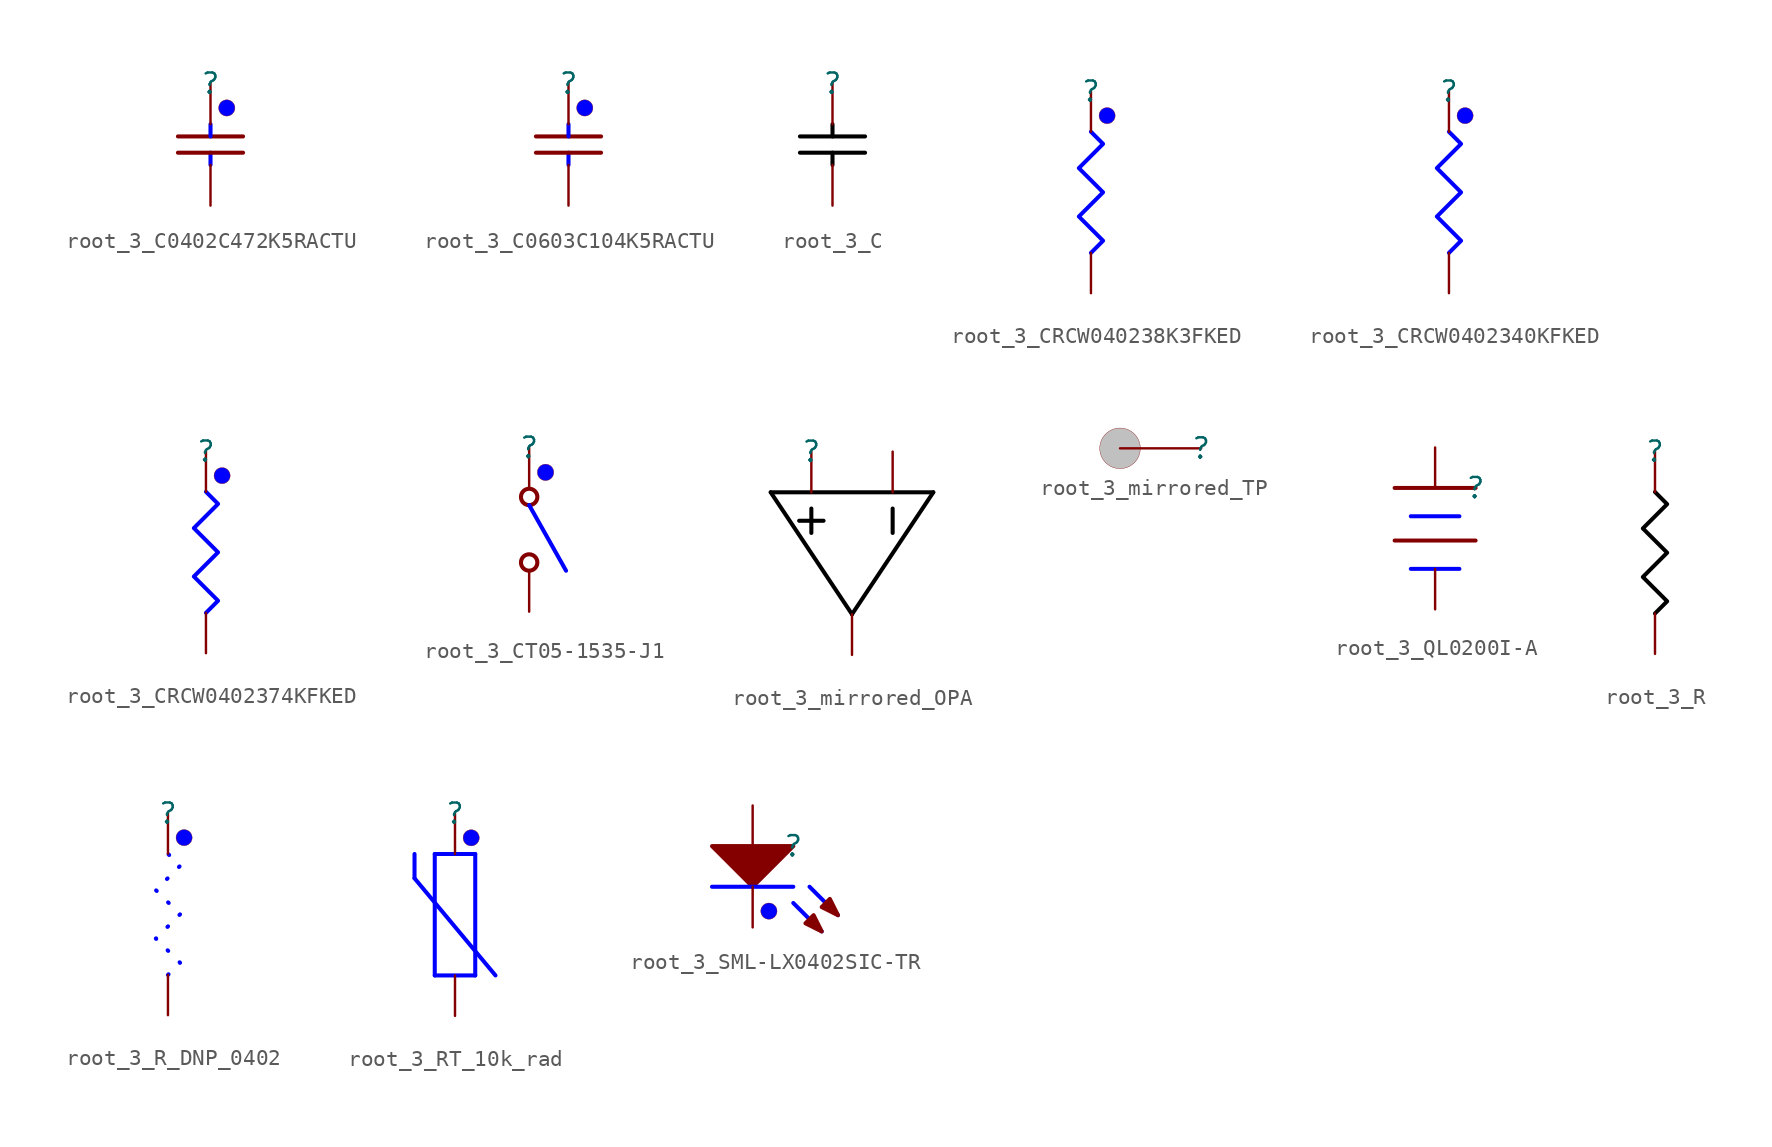
<source format=kicad_sym>
(kicad_symbol_lib
  (version 20231120)
  (generator "kicad_symbol_editor")
  (generator_version "8.0")
  (symbol "root_3_C0402C472K5RACTU"
    (property "Reference" ""
      (at 0 0 0)
      (effects (font (size 1.27 1.27))))
    (property "Value" ""
      (at 0 0 0)
      (effects (font (size 1.27 1.27))))
    (symbol "root_3_C0402C472K5RACTU_1_0"
      (polyline (pts (xy -2.032 -3.302) (xy 2.032 -3.302)) (stroke (width 0.254) (type solid)) (fill (type none)))
      (polyline (pts (xy 0 -5.08) (xy 0 -4.318)) (stroke (width 0.254) (type solid) (color 0 0 255 1)) (fill (type none)))
      (polyline (pts (xy 0 -2.54) (xy 0 -3.302)) (stroke (width 0.254) (type solid) (color 0 0 255 1)) (fill (type none)))
      (polyline (pts (xy 2.032 -4.318) (xy -2.032 -4.318)) (stroke (width 0.254) (type solid)) (fill (type none)))
      (circle (center 1.016 -1.524) (radius 0.508) (stroke (width 0.0001) (type solid)) (fill (type color) (color 0 0 255 1)))
      (pin passive line (at 0 0 270) (length 2.54) (name "1" (effects (font (size 0 0)))) (number "1" (effects (font (size 0 0)))))
      (pin passive line (at 0 -7.62 90) (length 2.54) (name "2" (effects (font (size 0 0)))) (number "2" (effects (font (size 0 0)))))))
  (symbol "root_3_C0603C104K5RACTU"
    (property "Reference" ""
      (at 0 0 0)
      (effects (font (size 1.27 1.27))))
    (property "Value" ""
      (at 0 0 0)
      (effects (font (size 1.27 1.27))))
    (symbol "root_3_C0603C104K5RACTU_1_0"
      (polyline (pts (xy -2.032 -3.302) (xy 2.032 -3.302)) (stroke (width 0.254) (type solid)) (fill (type none)))
      (polyline (pts (xy 0 -5.08) (xy 0 -4.318)) (stroke (width 0.254) (type solid) (color 0 0 255 1)) (fill (type none)))
      (polyline (pts (xy 0 -2.54) (xy 0 -3.302)) (stroke (width 0.254) (type solid) (color 0 0 255 1)) (fill (type none)))
      (polyline (pts (xy 2.032 -4.318) (xy -2.032 -4.318)) (stroke (width 0.254) (type solid)) (fill (type none)))
      (circle (center 1.016 -1.524) (radius 0.508) (stroke (width 0.0001) (type solid)) (fill (type color) (color 0 0 255 1)))
      (pin passive line (at 0 0 270) (length 2.54) (name "1" (effects (font (size 0 0)))) (number "1" (effects (font (size 0 0)))))
      (pin passive line (at 0 -7.62 90) (length 2.54) (name "2" (effects (font (size 0 0)))) (number "2" (effects (font (size 0 0)))))))
  (symbol "root_3_C"
    (property "Reference" ""
      (at 0 0 0)
      (effects (font (size 1.27 1.27))))
    (property "Value" ""
      (at 0 0 0)
      (effects (font (size 1.27 1.27))))
    (symbol "root_3_C_1_0"
      (polyline (pts (xy -2.032 -3.302) (xy 2.032 -3.302)) (stroke (width 0.254) (type solid) (color 0 0 0 1)) (fill (type none)))
      (polyline (pts (xy 0 -5.08) (xy 0 -4.318)) (stroke (width 0.254) (type solid) (color 0 0 0 1)) (fill (type none)))
      (polyline (pts (xy 0 -2.54) (xy 0 -3.302)) (stroke (width 0.254) (type solid) (color 0 0 0 1)) (fill (type none)))
      (polyline (pts (xy 2.032 -4.318) (xy -2.032 -4.318)) (stroke (width 0.254) (type solid) (color 0 0 0 1)) (fill (type none)))
      (pin passive line (at 0 0 270) (length 2.54) (name "1" (effects (font (size 0 0)))) (number "1" (effects (font (size 0 0)))))
      (pin passive line (at 0 -7.62 90) (length 2.54) (name "2" (effects (font (size 0 0)))) (number "2" (effects (font (size 0 0)))))))
  (symbol "root_3_CRCW040238K3FKED"
    (property "Reference" ""
      (at 0 0 0)
      (effects (font (size 1.27 1.27))))
    (property "Value" ""
      (at 0 0 0)
      (effects (font (size 1.27 1.27))))
    (symbol "root_3_CRCW040238K3FKED_1_0"
      (polyline (pts (xy 0 -10.16) (xy 0.762 -9.398) (xy -0.762 -7.874) (xy 0.762 -6.35) (xy -0.762 -4.826) (xy 0.762 -3.302) (xy 0 -2.54)) (stroke (width 0.254) (type solid) (color 0 0 255 1)) (fill (type none)))
      (circle (center 1.016 -1.524) (radius 0.508) (stroke (width 0.0001) (type solid)) (fill (type color) (color 0 0 255 1)))
      (pin passive line (at 0 0 270) (length 2.54) (name "1" (effects (font (size 0 0)))) (number "1" (effects (font (size 0 0)))))
      (pin passive line (at 0 -12.7 90) (length 2.54) (name "2" (effects (font (size 0 0)))) (number "2" (effects (font (size 0 0)))))))
  (symbol "root_3_CRCW0402340KFKED"
    (property "Reference" ""
      (at 0 0 0)
      (effects (font (size 1.27 1.27))))
    (property "Value" ""
      (at 0 0 0)
      (effects (font (size 1.27 1.27))))
    (symbol "root_3_CRCW0402340KFKED_1_0"
      (polyline (pts (xy 0 -10.16) (xy 0.762 -9.398) (xy -0.762 -7.874) (xy 0.762 -6.35) (xy -0.762 -4.826) (xy 0.762 -3.302) (xy 0 -2.54)) (stroke (width 0.254) (type solid) (color 0 0 255 1)) (fill (type none)))
      (circle (center 1.016 -1.524) (radius 0.508) (stroke (width 0.0001) (type solid)) (fill (type color) (color 0 0 255 1)))
      (pin passive line (at 0 0 270) (length 2.54) (name "1" (effects (font (size 0 0)))) (number "1" (effects (font (size 0 0)))))
      (pin passive line (at 0 -12.7 90) (length 2.54) (name "2" (effects (font (size 0 0)))) (number "2" (effects (font (size 0 0)))))))
  (symbol "root_3_CRCW0402374KFKED"
    (property "Reference" ""
      (at 0 0 0)
      (effects (font (size 1.27 1.27))))
    (property "Value" ""
      (at 0 0 0)
      (effects (font (size 1.27 1.27))))
    (symbol "root_3_CRCW0402374KFKED_1_0"
      (polyline (pts (xy 0 -10.16) (xy 0.762 -9.398) (xy -0.762 -7.874) (xy 0.762 -6.35) (xy -0.762 -4.826) (xy 0.762 -3.302) (xy 0 -2.54)) (stroke (width 0.254) (type solid) (color 0 0 255 1)) (fill (type none)))
      (circle (center 1.016 -1.524) (radius 0.508) (stroke (width 0.0001) (type solid)) (fill (type color) (color 0 0 255 1)))
      (pin passive line (at 0 0 270) (length 2.54) (name "1" (effects (font (size 0 0)))) (number "1" (effects (font (size 0 0)))))
      (pin passive line (at 0 -12.7 90) (length 2.54) (name "2" (effects (font (size 0 0)))) (number "2" (effects (font (size 0 0)))))))
  (symbol "root_3_CT05-1535-J1"
    (property "Reference" ""
      (at 0 0 0)
      (effects (font (size 1.27 1.27))))
    (property "Value" ""
      (at 0 0 0)
      (effects (font (size 1.27 1.27))))
    (symbol "root_3_CT05-1535-J1_1_0"
      (circle (center 0 -7.112) (radius 0.508) (stroke (width 0.254) (type solid)) (fill (type none)))
      (circle (center 0 -3.048) (radius 0.508) (stroke (width 0.254) (type solid)) (fill (type none)))
      (polyline (pts (xy 0 -3.556) (xy 2.286 -7.62)) (stroke (width 0.254) (type solid) (color 0 0 255 1)) (fill (type none)))
      (circle (center 1.016 -1.524) (radius 0.508) (stroke (width 0.0001) (type solid)) (fill (type color) (color 0 0 255 1)))
      (pin passive line (at 0 0 270) (length 2.54) (name "COMMON" (effects (font (size 0 0)))) (number "1" (effects (font (size 0 0)))))
      (pin passive line (at 0 -10.16 90) (length 2.54) (name "NO" (effects (font (size 0 0)))) (number "2" (effects (font (size 0 0)))))))
  (symbol "root_3_mirrored_OPA"
    (property "Reference" ""
      (at 0 0 0)
      (effects (font (size 1.27 1.27))))
    (property "Value" ""
      (at 0 0 0)
      (effects (font (size 1.27 1.27))))
    (symbol "root_3_mirrored_OPA_1_0"
      (polyline (pts (xy -2.54 -2.54) (xy 2.54 -10.16)) (stroke (width 0.254) (type solid) (color 0 0 0 1)) (fill (type none)))
      (polyline (pts (xy -2.54 -2.54) (xy 7.62 -2.54)) (stroke (width 0.254) (type solid) (color 0 0 0 1)) (fill (type none)))
      (polyline (pts (xy -0.762 -4.318) (xy 0.762 -4.318)) (stroke (width 0.254) (type solid) (color 0 0 0 1)) (fill (type none)))
      (polyline (pts (xy 0 -3.556) (xy 0 -5.08)) (stroke (width 0.254) (type solid) (color 0 0 0 1)) (fill (type none)))
      (polyline (pts (xy 5.08 -3.556) (xy 5.08 -5.08)) (stroke (width 0.254) (type solid) (color 0 0 0 1)) (fill (type none)))
      (polyline (pts (xy 7.62 -2.54) (xy 2.54 -10.16)) (stroke (width 0.254) (type solid) (color 0 0 0 1)) (fill (type none)))
      (pin passive line (at 0 0 270) (length 2.54) (name "+IN" (effects (font (size 0 0)))) (number "1" (effects (font (size 0 0)))))
      (pin passive line (at 5.08 0 270) (length 2.54) (name "-IN" (effects (font (size 0 0)))) (number "2" (effects (font (size 0 0)))))
      (pin passive line (at 2.54 -12.7 90) (length 2.54) (name "OUT" (effects (font (size 0 0)))) (number "3" (effects (font (size 0 0)))))))
  (symbol "root_3_mirrored_TP"
    (property "Reference" ""
      (at 0 0 0)
      (effects (font (size 1.27 1.27))))
    (property "Value" ""
      (at 0 0 0)
      (effects (font (size 1.27 1.27))))
    (symbol "root_3_mirrored_TP_1_0"
      (circle (center -5.08 0) (radius 1.27) (stroke (width 0.0001) (type solid)) (fill (type color) (color 192 192 192 1)))
      (pin passive line (at 0 0 180) (length 5.08) (name "TP" (effects (font (size 0 0)))) (number "1" (effects (font (size 0 0)))))))
  (symbol "root_3_QL0200I-A"
    (property "Reference" ""
      (at 0 0 0)
      (effects (font (size 1.27 1.27))))
    (property "Value" ""
      (at 0 0 0)
      (effects (font (size 1.27 1.27))))
    (symbol "root_3_QL0200I-A_1_0"
      (polyline (pts (xy -1.016 -5.08) (xy -4.064 -5.08)) (stroke (width 0.254) (type solid) (color 0 0 255 1)) (fill (type none)))
      (polyline (pts (xy -1.016 -1.778) (xy -4.064 -1.778)) (stroke (width 0.254) (type solid) (color 0 0 255 1)) (fill (type none)))
      (polyline (pts (xy 0 -3.302) (xy -5.08 -3.302)) (stroke (width 0.254) (type solid)) (fill (type none)))
      (polyline (pts (xy 0 0) (xy -5.08 0)) (stroke (width 0.254) (type solid)) (fill (type none)))
      (pin passive line (at -2.54 2.54 270) (length 2.54) (name "+" (effects (font (size 0 0)))) (number "1" (effects (font (size 0 0)))))
      (pin passive line (at -2.54 -7.62 90) (length 2.54) (name "-" (effects (font (size 0 0)))) (number "2" (effects (font (size 0 0)))))))
  (symbol "root_3_R"
    (property "Reference" ""
      (at 0 0 0)
      (effects (font (size 1.27 1.27))))
    (property "Value" ""
      (at 0 0 0)
      (effects (font (size 1.27 1.27))))
    (symbol "root_3_R_1_0"
      (polyline (pts (xy 0 -10.16) (xy 0.762 -9.398) (xy -0.762 -7.874) (xy 0.762 -6.35) (xy -0.762 -4.826) (xy 0.762 -3.302) (xy 0 -2.54)) (stroke (width 0.254) (type solid) (color 0 0 0 1)) (fill (type none)))
      (pin passive line (at 0 0 270) (length 2.54) (name "1" (effects (font (size 0 0)))) (number "1" (effects (font (size 0 0)))))
      (pin passive line (at 0 -12.7 90) (length 2.54) (name "2" (effects (font (size 0 0)))) (number "2" (effects (font (size 0 0)))))))
  (symbol "root_3_R_DNP_0402"
    (property "Reference" ""
      (at 0 0 0)
      (effects (font (size 1.27 1.27))))
    (property "Value" ""
      (at 0 0 0)
      (effects (font (size 1.27 1.27))))
    (symbol "root_3_R_DNP_0402_1_0"
      (polyline (pts (xy 0 -10.16) (xy 0.762 -9.398) (xy -0.762 -7.874) (xy 0.762 -6.35) (xy -0.762 -4.826) (xy 0.762 -3.302) (xy 0 -2.54)) (stroke (width 0.254) (type dot) (color 0 0 255 1)) (fill (type none)))
      (circle (center 1.016 -1.524) (radius 0.508) (stroke (width 0.0001) (type solid)) (fill (type color) (color 0 0 255 1)))
      (pin passive line (at 0 0 270) (length 2.54) (name "1" (effects (font (size 0 0)))) (number "1" (effects (font (size 0 0)))))
      (pin passive line (at 0 -12.7 90) (length 2.54) (name "2" (effects (font (size 0 0)))) (number "2" (effects (font (size 0 0)))))))
  (symbol "root_3_RT_10k_rad"
    (property "Reference" ""
      (at 0 0 0)
      (effects (font (size 1.27 1.27))))
    (property "Value" ""
      (at 0 0 0)
      (effects (font (size 1.27 1.27))))
    (symbol "root_3_RT_10k_rad_1_0"
      (polyline (pts (xy -2.54 -4.064) (xy 2.54 -10.16)) (stroke (width 0.254) (type solid) (color 0 0 255 1)) (fill (type none)))
      (polyline (pts (xy -2.54 -2.54) (xy -2.54 -4.064)) (stroke (width 0.254) (type solid) (color 0 0 255 1)) (fill (type none)))
      (polyline (pts (xy -1.27 -10.16) (xy 1.27 -10.16)) (stroke (width 0.254) (type solid) (color 0 0 255 1)) (fill (type none)))
      (polyline (pts (xy -1.27 -2.54) (xy -1.27 -10.16)) (stroke (width 0.254) (type solid) (color 0 0 255 1)) (fill (type none)))
      (polyline (pts (xy -1.27 -2.54) (xy 1.27 -2.54)) (stroke (width 0.254) (type solid) (color 0 0 255 1)) (fill (type none)))
      (polyline (pts (xy 1.27 -2.54) (xy 1.27 -10.16)) (stroke (width 0.254) (type solid) (color 0 0 255 1)) (fill (type none)))
      (circle (center 1.016 -1.524) (radius 0.508) (stroke (width 0.0001) (type solid)) (fill (type color) (color 0 0 255 1)))
      (pin passive line (at 0 0 270) (length 2.54) (name "1" (effects (font (size 0 0)))) (number "1" (effects (font (size 0 0)))))
      (pin passive line (at 0 -12.7 90) (length 2.54) (name "2" (effects (font (size 0 0)))) (number "2" (effects (font (size 0 0)))))))
  (symbol "root_3_SML-LX0402SIC-TR"
    (property "Reference" ""
      (at 0 0 0)
      (effects (font (size 1.27 1.27))))
    (property "Value" ""
      (at 0 0 0)
      (effects (font (size 1.27 1.27))))
    (symbol "root_3_SML-LX0402SIC-TR_1_0"
      (circle (center -1.524 -4.064) (radius 0.508) (stroke (width 0.0001) (type solid)) (fill (type color) (color 0 0 255 1)))
      (polyline (pts (xy 0 -3.556) (xy 1.778 -5.334)) (stroke (width 0.254) (type solid) (color 0 0 255 1)) (fill (type none)))
      (polyline (pts (xy 0 -2.54) (xy -5.08 -2.54)) (stroke (width 0.254) (type solid) (color 0 0 255 1)) (fill (type none)))
      (polyline (pts (xy 1.016 -2.54) (xy 2.794 -4.318)) (stroke (width 0.254) (type solid) (color 0 0 255 1)) (fill (type none)))
      (polyline (pts (xy -5.08 0) (xy -2.54 -2.54) (xy 0 0) (xy -5.08 0)) (stroke (width 0.254) (type solid)) (fill (type outline)))
      (polyline (pts (xy 1.778 -5.334) (xy 1.27 -4.318) (xy 0.762 -4.826) (xy 1.778 -5.334)) (stroke (width 0.254) (type solid)) (fill (type outline)))
      (polyline (pts (xy 2.794 -4.318) (xy 2.286 -3.302) (xy 1.778 -3.81) (xy 2.794 -4.318)) (stroke (width 0.254) (type solid)) (fill (type outline)))
      (pin passive line (at -2.54 -5.08 90) (length 2.54) (name "C" (effects (font (size 0 0)))) (number "1" (effects (font (size 0 0)))))
      (pin passive line (at -2.54 2.54 270) (length 2.54) (name "A" (effects (font (size 0 0)))) (number "2" (effects (font (size 0 0))))))))
</source>
